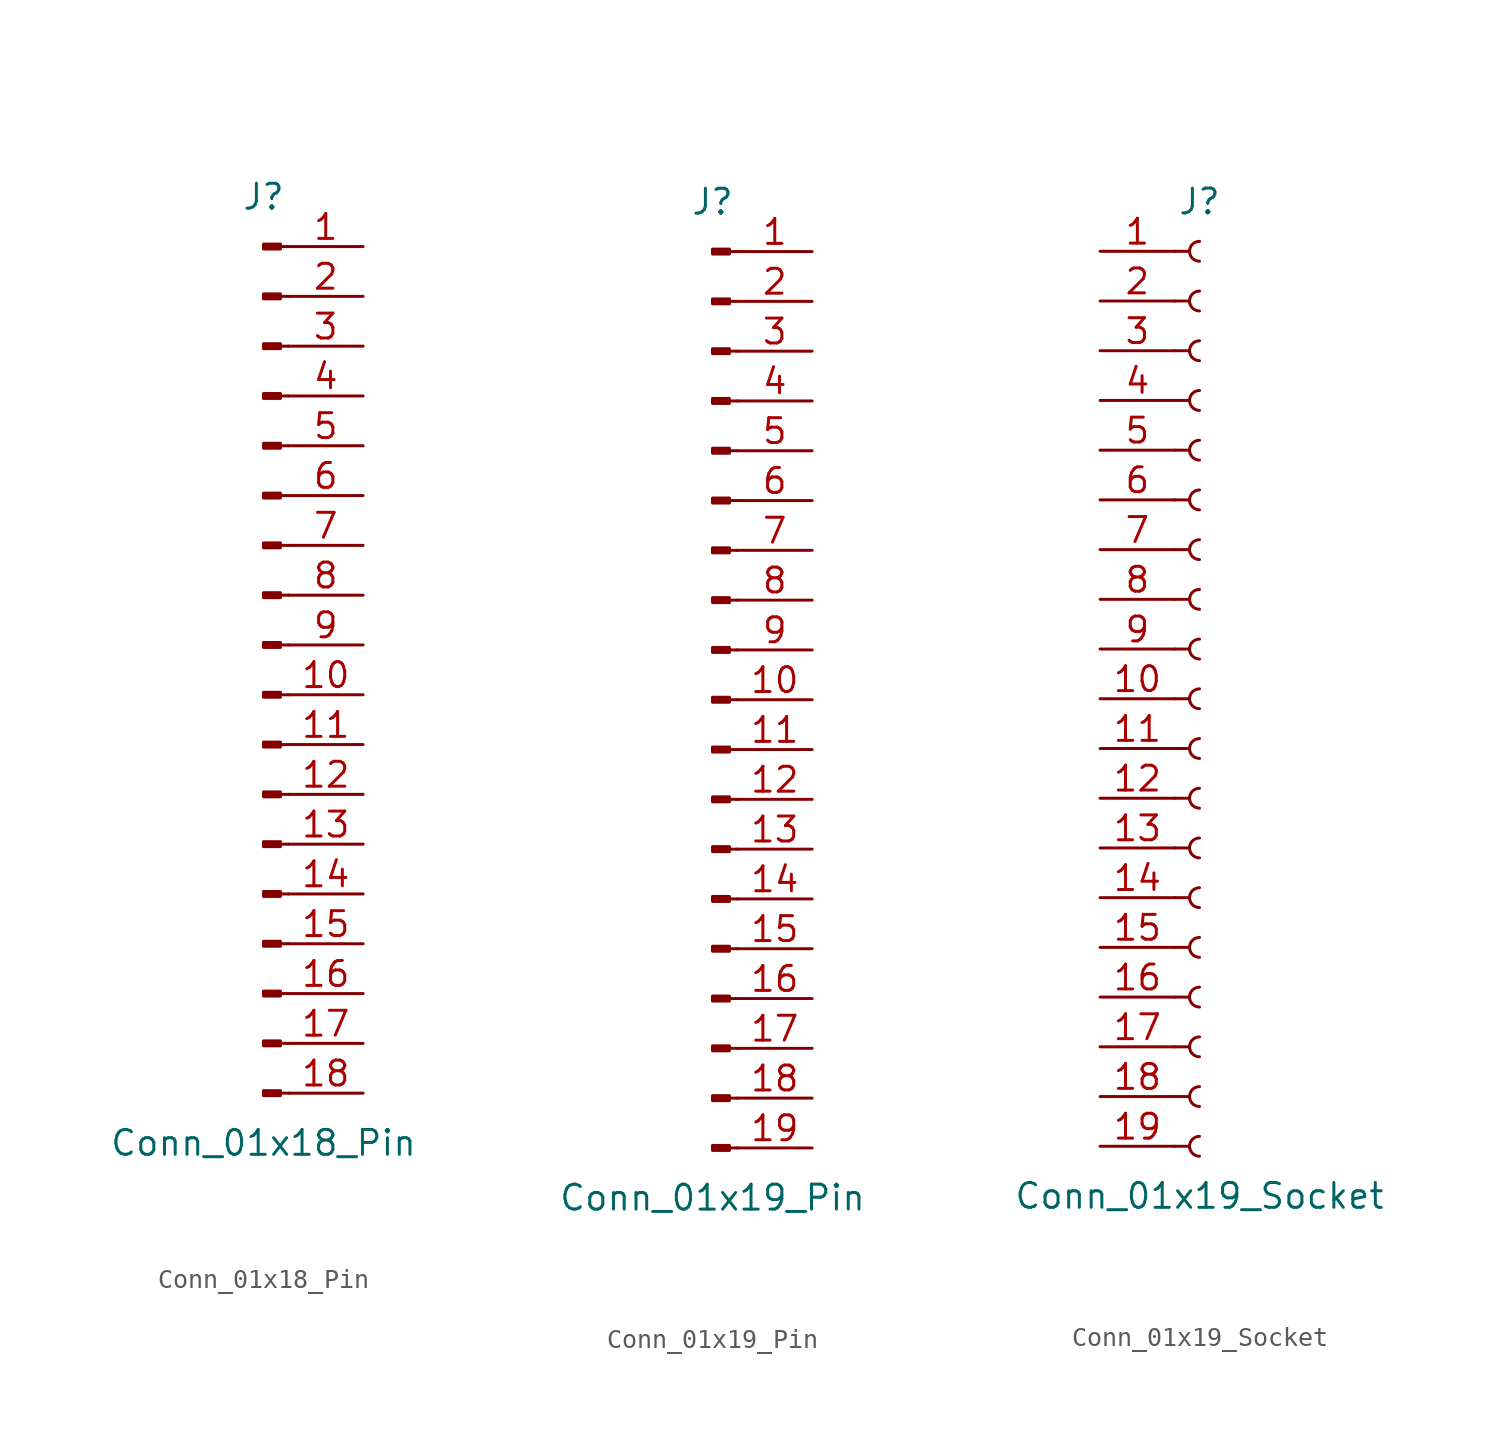
<source format=kicad_sym>
(kicad_symbol_lib
  (version 20241209)
  (generator "kicad_symbol_editor")
  (generator_version "9.0")
  (symbol "Conn_01x18_Pin"
    (pin_names
      (offset 1.016)
      (hide yes))
    (property "Reference" "J"
      (at 0 22.86 0)
      (effects (font (size 1.27 1.27))))
    (property "Value" "Conn_01x18_Pin"
      (at 0 -25.4 0)
      (effects (font (size 1.27 1.27))))
    (property "ki_locked" ""
      (at 0 0 0)
      (effects (font (size 1.27 1.27))))
    (symbol "Conn_01x18_Pin_1_1"
      (rectangle (start 0.864 20.447) (end 0 20.193) (stroke (width 0.152) (type default)) (fill (type outline)))
      (rectangle (start 0.864 17.907) (end 0 17.653) (stroke (width 0.152) (type default)) (fill (type outline)))
      (rectangle (start 0.864 15.367) (end 0 15.113) (stroke (width 0.152) (type default)) (fill (type outline)))
      (rectangle (start 0.864 12.827) (end 0 12.573) (stroke (width 0.152) (type default)) (fill (type outline)))
      (rectangle (start 0.864 10.287) (end 0 10.033) (stroke (width 0.152) (type default)) (fill (type outline)))
      (rectangle (start 0.864 7.747) (end 0 7.493) (stroke (width 0.152) (type default)) (fill (type outline)))
      (rectangle (start 0.864 5.207) (end 0 4.953) (stroke (width 0.152) (type default)) (fill (type outline)))
      (rectangle (start 0.864 2.667) (end 0 2.413) (stroke (width 0.152) (type default)) (fill (type outline)))
      (rectangle (start 0.864 0.127) (end 0 -0.127) (stroke (width 0.152) (type default)) (fill (type outline)))
      (rectangle (start 0.864 -2.413) (end 0 -2.667) (stroke (width 0.152) (type default)) (fill (type outline)))
      (rectangle (start 0.864 -4.953) (end 0 -5.207) (stroke (width 0.152) (type default)) (fill (type outline)))
      (rectangle (start 0.864 -7.493) (end 0 -7.747) (stroke (width 0.152) (type default)) (fill (type outline)))
      (rectangle (start 0.864 -10.033) (end 0 -10.287) (stroke (width 0.152) (type default)) (fill (type outline)))
      (rectangle (start 0.864 -12.573) (end 0 -12.827) (stroke (width 0.152) (type default)) (fill (type outline)))
      (rectangle (start 0.864 -15.113) (end 0 -15.367) (stroke (width 0.152) (type default)) (fill (type outline)))
      (rectangle (start 0.864 -17.653) (end 0 -17.907) (stroke (width 0.152) (type default)) (fill (type outline)))
      (rectangle (start 0.864 -20.193) (end 0 -20.447) (stroke (width 0.152) (type default)) (fill (type outline)))
      (rectangle (start 0.864 -22.733) (end 0 -22.987) (stroke (width 0.152) (type default)) (fill (type outline)))
      (polyline (pts (xy 1.27 20.32) (xy 0.864 20.32)) (stroke (width 0.152) (type default)) (fill (type none)))
      (polyline (pts (xy 1.27 17.78) (xy 0.864 17.78)) (stroke (width 0.152) (type default)) (fill (type none)))
      (polyline (pts (xy 1.27 15.24) (xy 0.864 15.24)) (stroke (width 0.152) (type default)) (fill (type none)))
      (polyline (pts (xy 1.27 12.7) (xy 0.864 12.7)) (stroke (width 0.152) (type default)) (fill (type none)))
      (polyline (pts (xy 1.27 10.16) (xy 0.864 10.16)) (stroke (width 0.152) (type default)) (fill (type none)))
      (polyline (pts (xy 1.27 7.62) (xy 0.864 7.62)) (stroke (width 0.152) (type default)) (fill (type none)))
      (polyline (pts (xy 1.27 5.08) (xy 0.864 5.08)) (stroke (width 0.152) (type default)) (fill (type none)))
      (polyline (pts (xy 1.27 2.54) (xy 0.864 2.54)) (stroke (width 0.152) (type default)) (fill (type none)))
      (polyline (pts (xy 1.27 0) (xy 0.864 0)) (stroke (width 0.152) (type default)) (fill (type none)))
      (polyline (pts (xy 1.27 -2.54) (xy 0.864 -2.54)) (stroke (width 0.152) (type default)) (fill (type none)))
      (polyline (pts (xy 1.27 -5.08) (xy 0.864 -5.08)) (stroke (width 0.152) (type default)) (fill (type none)))
      (polyline (pts (xy 1.27 -7.62) (xy 0.864 -7.62)) (stroke (width 0.152) (type default)) (fill (type none)))
      (polyline (pts (xy 1.27 -10.16) (xy 0.864 -10.16)) (stroke (width 0.152) (type default)) (fill (type none)))
      (polyline (pts (xy 1.27 -12.7) (xy 0.864 -12.7)) (stroke (width 0.152) (type default)) (fill (type none)))
      (polyline (pts (xy 1.27 -15.24) (xy 0.864 -15.24)) (stroke (width 0.152) (type default)) (fill (type none)))
      (polyline (pts (xy 1.27 -17.78) (xy 0.864 -17.78)) (stroke (width 0.152) (type default)) (fill (type none)))
      (polyline (pts (xy 1.27 -20.32) (xy 0.864 -20.32)) (stroke (width 0.152) (type default)) (fill (type none)))
      (polyline (pts (xy 1.27 -22.86) (xy 0.864 -22.86)) (stroke (width 0.152) (type default)) (fill (type none)))
      (pin passive line (at 5.08 20.32 180) (length 3.81) (name "Pin_1" (effects (font (size 1.27 1.27)))) (number "1" (effects (font (size 1.27 1.27)))))
      (pin passive line (at 5.08 17.78 180) (length 3.81) (name "Pin_2" (effects (font (size 1.27 1.27)))) (number "2" (effects (font (size 1.27 1.27)))))
      (pin passive line (at 5.08 15.24 180) (length 3.81) (name "Pin_3" (effects (font (size 1.27 1.27)))) (number "3" (effects (font (size 1.27 1.27)))))
      (pin passive line (at 5.08 12.7 180) (length 3.81) (name "Pin_4" (effects (font (size 1.27 1.27)))) (number "4" (effects (font (size 1.27 1.27)))))
      (pin passive line (at 5.08 10.16 180) (length 3.81) (name "Pin_5" (effects (font (size 1.27 1.27)))) (number "5" (effects (font (size 1.27 1.27)))))
      (pin passive line (at 5.08 7.62 180) (length 3.81) (name "Pin_6" (effects (font (size 1.27 1.27)))) (number "6" (effects (font (size 1.27 1.27)))))
      (pin passive line (at 5.08 5.08 180) (length 3.81) (name "Pin_7" (effects (font (size 1.27 1.27)))) (number "7" (effects (font (size 1.27 1.27)))))
      (pin passive line (at 5.08 2.54 180) (length 3.81) (name "Pin_8" (effects (font (size 1.27 1.27)))) (number "8" (effects (font (size 1.27 1.27)))))
      (pin passive line (at 5.08 0 180) (length 3.81) (name "Pin_9" (effects (font (size 1.27 1.27)))) (number "9" (effects (font (size 1.27 1.27)))))
      (pin passive line (at 5.08 -2.54 180) (length 3.81) (name "Pin_10" (effects (font (size 1.27 1.27)))) (number "10" (effects (font (size 1.27 1.27)))))
      (pin passive line (at 5.08 -5.08 180) (length 3.81) (name "Pin_11" (effects (font (size 1.27 1.27)))) (number "11" (effects (font (size 1.27 1.27)))))
      (pin passive line (at 5.08 -7.62 180) (length 3.81) (name "Pin_12" (effects (font (size 1.27 1.27)))) (number "12" (effects (font (size 1.27 1.27)))))
      (pin passive line (at 5.08 -10.16 180) (length 3.81) (name "Pin_13" (effects (font (size 1.27 1.27)))) (number "13" (effects (font (size 1.27 1.27)))))
      (pin passive line (at 5.08 -12.7 180) (length 3.81) (name "Pin_14" (effects (font (size 1.27 1.27)))) (number "14" (effects (font (size 1.27 1.27)))))
      (pin passive line (at 5.08 -15.24 180) (length 3.81) (name "Pin_15" (effects (font (size 1.27 1.27)))) (number "15" (effects (font (size 1.27 1.27)))))
      (pin passive line (at 5.08 -17.78 180) (length 3.81) (name "Pin_16" (effects (font (size 1.27 1.27)))) (number "16" (effects (font (size 1.27 1.27)))))
      (pin passive line (at 5.08 -20.32 180) (length 3.81) (name "Pin_17" (effects (font (size 1.27 1.27)))) (number "17" (effects (font (size 1.27 1.27)))))
      (pin passive line (at 5.08 -22.86 180) (length 3.81) (name "Pin_18" (effects (font (size 1.27 1.27)))) (number "18" (effects (font (size 1.27 1.27)))))))
  (symbol "Conn_01x19_Pin"
    (pin_names
      (offset 1.016)
      (hide yes))
    (property "Reference" "J"
      (at 0 25.4 0)
      (effects (font (size 1.27 1.27))))
    (property "Value" "Conn_01x19_Pin"
      (at 0 -25.4 0)
      (effects (font (size 1.27 1.27))))
    (property "ki_locked" ""
      (at 0 0 0)
      (effects (font (size 1.27 1.27))))
    (symbol "Conn_01x19_Pin_1_1"
      (rectangle (start 0.864 22.987) (end 0 22.733) (stroke (width 0.152) (type default)) (fill (type outline)))
      (rectangle (start 0.864 20.447) (end 0 20.193) (stroke (width 0.152) (type default)) (fill (type outline)))
      (rectangle (start 0.864 17.907) (end 0 17.653) (stroke (width 0.152) (type default)) (fill (type outline)))
      (rectangle (start 0.864 15.367) (end 0 15.113) (stroke (width 0.152) (type default)) (fill (type outline)))
      (rectangle (start 0.864 12.827) (end 0 12.573) (stroke (width 0.152) (type default)) (fill (type outline)))
      (rectangle (start 0.864 10.287) (end 0 10.033) (stroke (width 0.152) (type default)) (fill (type outline)))
      (rectangle (start 0.864 7.747) (end 0 7.493) (stroke (width 0.152) (type default)) (fill (type outline)))
      (rectangle (start 0.864 5.207) (end 0 4.953) (stroke (width 0.152) (type default)) (fill (type outline)))
      (rectangle (start 0.864 2.667) (end 0 2.413) (stroke (width 0.152) (type default)) (fill (type outline)))
      (rectangle (start 0.864 0.127) (end 0 -0.127) (stroke (width 0.152) (type default)) (fill (type outline)))
      (rectangle (start 0.864 -2.413) (end 0 -2.667) (stroke (width 0.152) (type default)) (fill (type outline)))
      (rectangle (start 0.864 -4.953) (end 0 -5.207) (stroke (width 0.152) (type default)) (fill (type outline)))
      (rectangle (start 0.864 -7.493) (end 0 -7.747) (stroke (width 0.152) (type default)) (fill (type outline)))
      (rectangle (start 0.864 -10.033) (end 0 -10.287) (stroke (width 0.152) (type default)) (fill (type outline)))
      (rectangle (start 0.864 -12.573) (end 0 -12.827) (stroke (width 0.152) (type default)) (fill (type outline)))
      (rectangle (start 0.864 -15.113) (end 0 -15.367) (stroke (width 0.152) (type default)) (fill (type outline)))
      (rectangle (start 0.864 -17.653) (end 0 -17.907) (stroke (width 0.152) (type default)) (fill (type outline)))
      (rectangle (start 0.864 -20.193) (end 0 -20.447) (stroke (width 0.152) (type default)) (fill (type outline)))
      (rectangle (start 0.864 -22.733) (end 0 -22.987) (stroke (width 0.152) (type default)) (fill (type outline)))
      (polyline (pts (xy 1.27 22.86) (xy 0.864 22.86)) (stroke (width 0.152) (type default)) (fill (type none)))
      (polyline (pts (xy 1.27 20.32) (xy 0.864 20.32)) (stroke (width 0.152) (type default)) (fill (type none)))
      (polyline (pts (xy 1.27 17.78) (xy 0.864 17.78)) (stroke (width 0.152) (type default)) (fill (type none)))
      (polyline (pts (xy 1.27 15.24) (xy 0.864 15.24)) (stroke (width 0.152) (type default)) (fill (type none)))
      (polyline (pts (xy 1.27 12.7) (xy 0.864 12.7)) (stroke (width 0.152) (type default)) (fill (type none)))
      (polyline (pts (xy 1.27 10.16) (xy 0.864 10.16)) (stroke (width 0.152) (type default)) (fill (type none)))
      (polyline (pts (xy 1.27 7.62) (xy 0.864 7.62)) (stroke (width 0.152) (type default)) (fill (type none)))
      (polyline (pts (xy 1.27 5.08) (xy 0.864 5.08)) (stroke (width 0.152) (type default)) (fill (type none)))
      (polyline (pts (xy 1.27 2.54) (xy 0.864 2.54)) (stroke (width 0.152) (type default)) (fill (type none)))
      (polyline (pts (xy 1.27 0) (xy 0.864 0)) (stroke (width 0.152) (type default)) (fill (type none)))
      (polyline (pts (xy 1.27 -2.54) (xy 0.864 -2.54)) (stroke (width 0.152) (type default)) (fill (type none)))
      (polyline (pts (xy 1.27 -5.08) (xy 0.864 -5.08)) (stroke (width 0.152) (type default)) (fill (type none)))
      (polyline (pts (xy 1.27 -7.62) (xy 0.864 -7.62)) (stroke (width 0.152) (type default)) (fill (type none)))
      (polyline (pts (xy 1.27 -10.16) (xy 0.864 -10.16)) (stroke (width 0.152) (type default)) (fill (type none)))
      (polyline (pts (xy 1.27 -12.7) (xy 0.864 -12.7)) (stroke (width 0.152) (type default)) (fill (type none)))
      (polyline (pts (xy 1.27 -15.24) (xy 0.864 -15.24)) (stroke (width 0.152) (type default)) (fill (type none)))
      (polyline (pts (xy 1.27 -17.78) (xy 0.864 -17.78)) (stroke (width 0.152) (type default)) (fill (type none)))
      (polyline (pts (xy 1.27 -20.32) (xy 0.864 -20.32)) (stroke (width 0.152) (type default)) (fill (type none)))
      (polyline (pts (xy 1.27 -22.86) (xy 0.864 -22.86)) (stroke (width 0.152) (type default)) (fill (type none)))
      (pin passive line (at 5.08 22.86 180) (length 3.81) (name "Pin_1" (effects (font (size 1.27 1.27)))) (number "1" (effects (font (size 1.27 1.27)))))
      (pin passive line (at 5.08 20.32 180) (length 3.81) (name "Pin_2" (effects (font (size 1.27 1.27)))) (number "2" (effects (font (size 1.27 1.27)))))
      (pin passive line (at 5.08 17.78 180) (length 3.81) (name "Pin_3" (effects (font (size 1.27 1.27)))) (number "3" (effects (font (size 1.27 1.27)))))
      (pin passive line (at 5.08 15.24 180) (length 3.81) (name "Pin_4" (effects (font (size 1.27 1.27)))) (number "4" (effects (font (size 1.27 1.27)))))
      (pin passive line (at 5.08 12.7 180) (length 3.81) (name "Pin_5" (effects (font (size 1.27 1.27)))) (number "5" (effects (font (size 1.27 1.27)))))
      (pin passive line (at 5.08 10.16 180) (length 3.81) (name "Pin_6" (effects (font (size 1.27 1.27)))) (number "6" (effects (font (size 1.27 1.27)))))
      (pin passive line (at 5.08 7.62 180) (length 3.81) (name "Pin_7" (effects (font (size 1.27 1.27)))) (number "7" (effects (font (size 1.27 1.27)))))
      (pin passive line (at 5.08 5.08 180) (length 3.81) (name "Pin_8" (effects (font (size 1.27 1.27)))) (number "8" (effects (font (size 1.27 1.27)))))
      (pin passive line (at 5.08 2.54 180) (length 3.81) (name "Pin_9" (effects (font (size 1.27 1.27)))) (number "9" (effects (font (size 1.27 1.27)))))
      (pin passive line (at 5.08 0 180) (length 3.81) (name "Pin_10" (effects (font (size 1.27 1.27)))) (number "10" (effects (font (size 1.27 1.27)))))
      (pin passive line (at 5.08 -2.54 180) (length 3.81) (name "Pin_11" (effects (font (size 1.27 1.27)))) (number "11" (effects (font (size 1.27 1.27)))))
      (pin passive line (at 5.08 -5.08 180) (length 3.81) (name "Pin_12" (effects (font (size 1.27 1.27)))) (number "12" (effects (font (size 1.27 1.27)))))
      (pin passive line (at 5.08 -7.62 180) (length 3.81) (name "Pin_13" (effects (font (size 1.27 1.27)))) (number "13" (effects (font (size 1.27 1.27)))))
      (pin passive line (at 5.08 -10.16 180) (length 3.81) (name "Pin_14" (effects (font (size 1.27 1.27)))) (number "14" (effects (font (size 1.27 1.27)))))
      (pin passive line (at 5.08 -12.7 180) (length 3.81) (name "Pin_15" (effects (font (size 1.27 1.27)))) (number "15" (effects (font (size 1.27 1.27)))))
      (pin passive line (at 5.08 -15.24 180) (length 3.81) (name "Pin_16" (effects (font (size 1.27 1.27)))) (number "16" (effects (font (size 1.27 1.27)))))
      (pin passive line (at 5.08 -17.78 180) (length 3.81) (name "Pin_17" (effects (font (size 1.27 1.27)))) (number "17" (effects (font (size 1.27 1.27)))))
      (pin passive line (at 5.08 -20.32 180) (length 3.81) (name "Pin_18" (effects (font (size 1.27 1.27)))) (number "18" (effects (font (size 1.27 1.27)))))
      (pin passive line (at 5.08 -22.86 180) (length 3.81) (name "Pin_19" (effects (font (size 1.27 1.27)))) (number "19" (effects (font (size 1.27 1.27)))))))
  (symbol "Conn_01x19_Socket"
    (pin_names
      (offset 1.016)
      (hide yes))
    (property "Reference" "J"
      (at 0 25.4 0)
      (effects (font (size 1.27 1.27))))
    (property "Value" "Conn_01x19_Socket"
      (at 0 -25.4 0)
      (effects (font (size 1.27 1.27))))
    (property "ki_locked" ""
      (at 0 0 0)
      (effects (font (size 1.27 1.27))))
    (symbol "Conn_01x19_Socket_1_1"
      (polyline (pts (xy -1.27 22.86) (xy -0.508 22.86)) (stroke (width 0.152) (type default)) (fill (type none)))
      (polyline (pts (xy -1.27 20.32) (xy -0.508 20.32)) (stroke (width 0.152) (type default)) (fill (type none)))
      (polyline (pts (xy -1.27 17.78) (xy -0.508 17.78)) (stroke (width 0.152) (type default)) (fill (type none)))
      (polyline (pts (xy -1.27 15.24) (xy -0.508 15.24)) (stroke (width 0.152) (type default)) (fill (type none)))
      (polyline (pts (xy -1.27 12.7) (xy -0.508 12.7)) (stroke (width 0.152) (type default)) (fill (type none)))
      (polyline (pts (xy -1.27 10.16) (xy -0.508 10.16)) (stroke (width 0.152) (type default)) (fill (type none)))
      (polyline (pts (xy -1.27 7.62) (xy -0.508 7.62)) (stroke (width 0.152) (type default)) (fill (type none)))
      (polyline (pts (xy -1.27 5.08) (xy -0.508 5.08)) (stroke (width 0.152) (type default)) (fill (type none)))
      (polyline (pts (xy -1.27 2.54) (xy -0.508 2.54)) (stroke (width 0.152) (type default)) (fill (type none)))
      (polyline (pts (xy -1.27 0) (xy -0.508 0)) (stroke (width 0.152) (type default)) (fill (type none)))
      (polyline (pts (xy -1.27 -2.54) (xy -0.508 -2.54)) (stroke (width 0.152) (type default)) (fill (type none)))
      (polyline (pts (xy -1.27 -5.08) (xy -0.508 -5.08)) (stroke (width 0.152) (type default)) (fill (type none)))
      (polyline (pts (xy -1.27 -7.62) (xy -0.508 -7.62)) (stroke (width 0.152) (type default)) (fill (type none)))
      (polyline (pts (xy -1.27 -10.16) (xy -0.508 -10.16)) (stroke (width 0.152) (type default)) (fill (type none)))
      (polyline (pts (xy -1.27 -12.7) (xy -0.508 -12.7)) (stroke (width 0.152) (type default)) (fill (type none)))
      (polyline (pts (xy -1.27 -15.24) (xy -0.508 -15.24)) (stroke (width 0.152) (type default)) (fill (type none)))
      (polyline (pts (xy -1.27 -17.78) (xy -0.508 -17.78)) (stroke (width 0.152) (type default)) (fill (type none)))
      (polyline (pts (xy -1.27 -20.32) (xy -0.508 -20.32)) (stroke (width 0.152) (type default)) (fill (type none)))
      (polyline (pts (xy -1.27 -22.86) (xy -0.508 -22.86)) (stroke (width 0.152) (type default)) (fill (type none)))
      (arc (start 0 22.352) (mid -0.5058 22.86) (end 0 23.368) (stroke (width 0.1524) (type default)) (fill (type none)))
      (arc (start 0 19.812) (mid -0.5058 20.32) (end 0 20.828) (stroke (width 0.1524) (type default)) (fill (type none)))
      (arc (start 0 17.272) (mid -0.5058 17.78) (end 0 18.288) (stroke (width 0.1524) (type default)) (fill (type none)))
      (arc (start 0 14.732) (mid -0.5058 15.24) (end 0 15.748) (stroke (width 0.1524) (type default)) (fill (type none)))
      (arc (start 0 12.192) (mid -0.5058 12.7) (end 0 13.208) (stroke (width 0.1524) (type default)) (fill (type none)))
      (arc (start 0 9.652) (mid -0.5058 10.16) (end 0 10.668) (stroke (width 0.1524) (type default)) (fill (type none)))
      (arc (start 0 7.112) (mid -0.5058 7.62) (end 0 8.128) (stroke (width 0.1524) (type default)) (fill (type none)))
      (arc (start 0 4.572) (mid -0.5058 5.08) (end 0 5.588) (stroke (width 0.1524) (type default)) (fill (type none)))
      (arc (start 0 2.032) (mid -0.5058 2.54) (end 0 3.048) (stroke (width 0.1524) (type default)) (fill (type none)))
      (arc (start 0 -0.508) (mid -0.5058 0) (end 0 0.508) (stroke (width 0.1524) (type default)) (fill (type none)))
      (arc (start 0 -3.048) (mid -0.5058 -2.54) (end 0 -2.032) (stroke (width 0.1524) (type default)) (fill (type none)))
      (arc (start 0 -5.588) (mid -0.5058 -5.08) (end 0 -4.572) (stroke (width 0.1524) (type default)) (fill (type none)))
      (arc (start 0 -8.128) (mid -0.5058 -7.62) (end 0 -7.112) (stroke (width 0.1524) (type default)) (fill (type none)))
      (arc (start 0 -10.668) (mid -0.5058 -10.16) (end 0 -9.652) (stroke (width 0.1524) (type default)) (fill (type none)))
      (arc (start 0 -13.208) (mid -0.5058 -12.7) (end 0 -12.192) (stroke (width 0.1524) (type default)) (fill (type none)))
      (arc (start 0 -15.748) (mid -0.5058 -15.24) (end 0 -14.732) (stroke (width 0.1524) (type default)) (fill (type none)))
      (arc (start 0 -18.288) (mid -0.5058 -17.78) (end 0 -17.272) (stroke (width 0.1524) (type default)) (fill (type none)))
      (arc (start 0 -20.828) (mid -0.5058 -20.32) (end 0 -19.812) (stroke (width 0.1524) (type default)) (fill (type none)))
      (arc (start 0 -23.368) (mid -0.5058 -22.86) (end 0 -22.352) (stroke (width 0.1524) (type default)) (fill (type none)))
      (pin passive line (at -5.08 22.86 0) (length 3.81) (name "Pin_1" (effects (font (size 1.27 1.27)))) (number "1" (effects (font (size 1.27 1.27)))))
      (pin passive line (at -5.08 20.32 0) (length 3.81) (name "Pin_2" (effects (font (size 1.27 1.27)))) (number "2" (effects (font (size 1.27 1.27)))))
      (pin passive line (at -5.08 17.78 0) (length 3.81) (name "Pin_3" (effects (font (size 1.27 1.27)))) (number "3" (effects (font (size 1.27 1.27)))))
      (pin passive line (at -5.08 15.24 0) (length 3.81) (name "Pin_4" (effects (font (size 1.27 1.27)))) (number "4" (effects (font (size 1.27 1.27)))))
      (pin passive line (at -5.08 12.7 0) (length 3.81) (name "Pin_5" (effects (font (size 1.27 1.27)))) (number "5" (effects (font (size 1.27 1.27)))))
      (pin passive line (at -5.08 10.16 0) (length 3.81) (name "Pin_6" (effects (font (size 1.27 1.27)))) (number "6" (effects (font (size 1.27 1.27)))))
      (pin passive line (at -5.08 7.62 0) (length 3.81) (name "Pin_7" (effects (font (size 1.27 1.27)))) (number "7" (effects (font (size 1.27 1.27)))))
      (pin passive line (at -5.08 5.08 0) (length 3.81) (name "Pin_8" (effects (font (size 1.27 1.27)))) (number "8" (effects (font (size 1.27 1.27)))))
      (pin passive line (at -5.08 2.54 0) (length 3.81) (name "Pin_9" (effects (font (size 1.27 1.27)))) (number "9" (effects (font (size 1.27 1.27)))))
      (pin passive line (at -5.08 0 0) (length 3.81) (name "Pin_10" (effects (font (size 1.27 1.27)))) (number "10" (effects (font (size 1.27 1.27)))))
      (pin passive line (at -5.08 -2.54 0) (length 3.81) (name "Pin_11" (effects (font (size 1.27 1.27)))) (number "11" (effects (font (size 1.27 1.27)))))
      (pin passive line (at -5.08 -5.08 0) (length 3.81) (name "Pin_12" (effects (font (size 1.27 1.27)))) (number "12" (effects (font (size 1.27 1.27)))))
      (pin passive line (at -5.08 -7.62 0) (length 3.81) (name "Pin_13" (effects (font (size 1.27 1.27)))) (number "13" (effects (font (size 1.27 1.27)))))
      (pin passive line (at -5.08 -10.16 0) (length 3.81) (name "Pin_14" (effects (font (size 1.27 1.27)))) (number "14" (effects (font (size 1.27 1.27)))))
      (pin passive line (at -5.08 -12.7 0) (length 3.81) (name "Pin_15" (effects (font (size 1.27 1.27)))) (number "15" (effects (font (size 1.27 1.27)))))
      (pin passive line (at -5.08 -15.24 0) (length 3.81) (name "Pin_16" (effects (font (size 1.27 1.27)))) (number "16" (effects (font (size 1.27 1.27)))))
      (pin passive line (at -5.08 -17.78 0) (length 3.81) (name "Pin_17" (effects (font (size 1.27 1.27)))) (number "17" (effects (font (size 1.27 1.27)))))
      (pin passive line (at -5.08 -20.32 0) (length 3.81) (name "Pin_18" (effects (font (size 1.27 1.27)))) (number "18" (effects (font (size 1.27 1.27)))))
      (pin passive line (at -5.08 -22.86 0) (length 3.81) (name "Pin_19" (effects (font (size 1.27 1.27)))) (number "19" (effects (font (size 1.27 1.27))))))))
</source>
